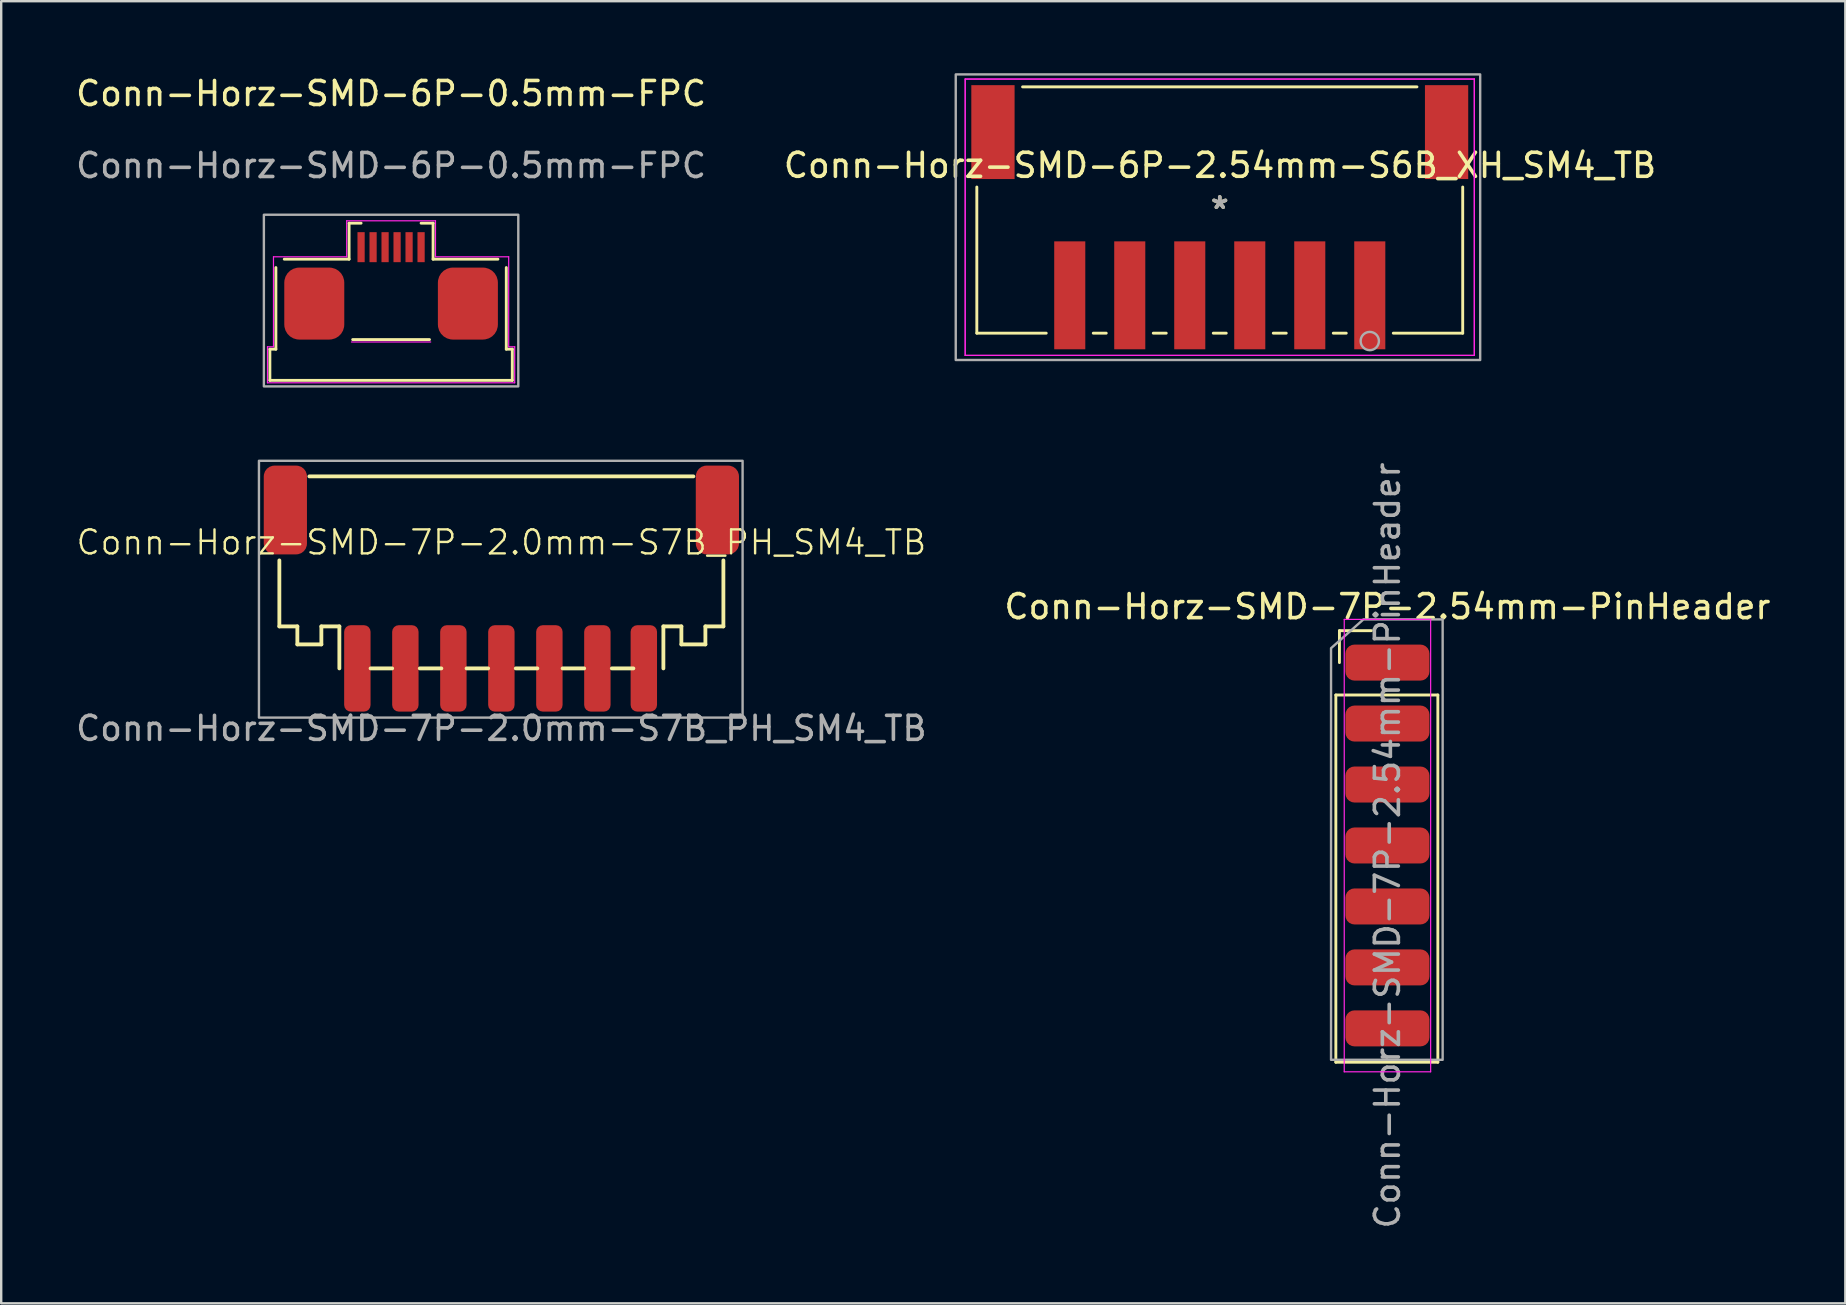
<source format=kicad_pcb>
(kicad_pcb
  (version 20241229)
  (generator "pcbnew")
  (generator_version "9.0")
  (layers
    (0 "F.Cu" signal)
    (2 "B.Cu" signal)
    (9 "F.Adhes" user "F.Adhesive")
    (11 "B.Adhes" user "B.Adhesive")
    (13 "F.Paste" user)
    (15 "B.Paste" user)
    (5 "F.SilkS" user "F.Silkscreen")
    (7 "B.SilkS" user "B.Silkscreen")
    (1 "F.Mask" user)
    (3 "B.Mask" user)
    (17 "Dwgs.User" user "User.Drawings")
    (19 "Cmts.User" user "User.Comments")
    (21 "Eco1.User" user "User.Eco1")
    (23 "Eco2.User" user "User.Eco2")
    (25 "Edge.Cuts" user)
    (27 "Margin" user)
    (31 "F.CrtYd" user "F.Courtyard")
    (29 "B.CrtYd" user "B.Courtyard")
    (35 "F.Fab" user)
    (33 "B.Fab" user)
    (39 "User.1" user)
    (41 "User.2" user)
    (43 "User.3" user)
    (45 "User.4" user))
  (footprint "Conn-Horz-SMD-6P-0.5mm-FPC"
    (layer "F.Cu")
    (at 13.244 9.548)
    (property "Reference" "Conn-Horz-SMD-6P-0.5mm-FPC" (at 0 -8.7 0) (unlocked yes) (layer "F.SilkS") (effects (font (size 1 1) (thickness 0.15))))
    (attr smd)
    (fp_line (start -5.05 1.95) (end -5.05 3.25) (stroke (width 0.12) (type solid)) (layer "F.SilkS"))
    (fp_line (start -5.05 1.95) (end -4.8 1.95) (stroke (width 0.12) (type solid)) (layer "F.SilkS"))
    (fp_line (start -5.05 3.25) (end 5.05 3.25) (stroke (width 0.12) (type solid)) (layer "F.SilkS"))
    (fp_line (start -4.8 -1.45) (end -4.8 1.95) (stroke (width 0.12) (type solid)) (layer "F.SilkS"))
    (fp_line (start -4.45 -1.8) (end -1.75 -1.8) (stroke (width 0.12) (type solid)) (layer "F.SilkS"))
    (fp_line (start -1.75 -3.3) (end -1.25 -3.3) (stroke (width 0.12) (type solid)) (layer "F.SilkS"))
    (fp_line (start -1.75 -1.8) (end -1.75 -3.3) (stroke (width 0.12) (type solid)) (layer "F.SilkS"))
    (fp_line (start -1.6 1.55) (end 1.6 1.55) (stroke (width 0.12) (type solid)) (layer "F.SilkS"))
    (fp_line (start 1.75 -3.3) (end 1.25 -3.3) (stroke (width 0.12) (type solid)) (layer "F.SilkS"))
    (fp_line (start 1.75 -1.8) (end 1.75 -3.3) (stroke (width 0.12) (type solid)) (layer "F.SilkS"))
    (fp_line (start 1.75 -1.8) (end 4.45 -1.8) (stroke (width 0.12) (type solid)) (layer "F.SilkS"))
    (fp_line (start 4.8 -1.45) (end 4.8 1.95) (stroke (width 0.12) (type solid)) (layer "F.SilkS"))
    (fp_line (start 4.8 1.95) (end 5.05 1.95) (stroke (width 0.12) (type solid)) (layer "F.SilkS"))
    (fp_line (start 5.05 1.95) (end 5.05 3.25) (stroke (width 0.12) (type solid)) (layer "F.SilkS"))
    (fp_line (start -5.15 1.85) (end -4.9 1.85) (stroke (width 0.05) (type solid)) (layer "F.CrtYd"))
    (fp_line (start -5.15 3.35) (end -5.15 1.85) (stroke (width 0.05) (type solid)) (layer "F.CrtYd"))
    (fp_line (start -4.9 -1.9) (end -1.85 -1.9) (stroke (width 0.05) (type solid)) (layer "F.CrtYd"))
    (fp_line (start -4.9 1.85) (end -4.9 -1.9) (stroke (width 0.05) (type solid)) (layer "F.CrtYd"))
    (fp_line (start -1.85 -3.4) (end 1.85 -3.4) (stroke (width 0.05) (type solid)) (layer "F.CrtYd"))
    (fp_line (start -1.85 -1.9) (end -1.85 -3.4) (stroke (width 0.05) (type solid)) (layer "F.CrtYd"))
    (fp_line (start -1.65 1.65) (end 1.65 1.65) (stroke (width 0.05) (type solid)) (layer "F.CrtYd"))
    (fp_line (start 1.85 -3.4) (end 1.85 -1.9) (stroke (width 0.05) (type solid)) (layer "F.CrtYd"))
    (fp_line (start 1.85 -1.9) (end 4.9 -1.9) (stroke (width 0.05) (type solid)) (layer "F.CrtYd"))
    (fp_line (start 4.9 -1.9) (end 4.9 1.85) (stroke (width 0.05) (type solid)) (layer "F.CrtYd"))
    (fp_line (start 4.9 1.85) (end 5.15 1.85) (stroke (width 0.05) (type solid)) (layer "F.CrtYd"))
    (fp_line (start 5.15 1.85) (end 5.15 3.35) (stroke (width 0.05) (type solid)) (layer "F.CrtYd"))
    (fp_line (start 5.15 3.35) (end -5.15 3.35) (stroke (width 0.05) (type solid)) (layer "F.CrtYd"))
    (fp_rect (start -5.3 -3.65) (end 5.3 3.5) (stroke (width 0.1) (type default)) (fill no) (layer "F.Fab"))
    (fp_text user "${REFERENCE}" (at 0 -5.7 0) (unlocked yes) (layer "F.Fab") (effects (font (size 1 1) (thickness 0.15))))
    (pad "1" smd rect (at 1.25 -2.3 180) (size 0.3 1.25) (layers "F.Cu" "F.Mask" "F.Paste"))
    (pad "2" smd rect (at 0.75 -2.3 180) (size 0.3 1.25) (layers "F.Cu" "F.Mask" "F.Paste"))
    (pad "3" smd rect (at 0.25 -2.3 180) (size 0.3 1.25) (layers "F.Cu" "F.Mask" "F.Paste"))
    (pad "4" smd rect (at -0.25 -2.3 180) (size 0.3 1.25) (layers "F.Cu" "F.Mask" "F.Paste"))
    (pad "5" smd rect (at -0.75 -2.3 180) (size 0.3 1.25) (layers "F.Cu" "F.Mask" "F.Paste"))
    (pad "6" smd rect (at -1.25 -2.3 180) (size 0.3 1.25) (layers "F.Cu" "F.Mask" "F.Paste"))
    (pad "7" smd roundrect (at 3.2 0.05) (size 2.5 3) (layers "F.Cu" "F.Mask" "F.Paste") (roundrect_rratio 0.25))
    (pad "8" smd roundrect (at -3.2 0.05) (size 2.5 3) (layers "F.Cu" "F.Mask" "F.Paste") (roundrect_rratio 0.25)))
  (footprint "Conn-Horz-SMD-7P-2.54mm-PinHeader"
    (layer "F.Cu")
    (at 54.756 24.556)
    (property "Reference" "Conn-Horz-SMD-7P-2.54mm-PinHeader" (at 0 -2.33 0) (layer "F.SilkS") (effects (font (size 1 1) (thickness 0.15))))
    (attr through_hole)
    (fp_line (start -2.15 1.35) (end -2.15 16.65) (stroke (width 0.12) (type solid)) (layer "F.SilkS"))
    (fp_line (start -2.15 1.35) (end 2.1 1.35) (stroke (width 0.12) (type solid)) (layer "F.SilkS"))
    (fp_line (start -2.15 16.65) (end 2.1 16.65) (stroke (width 0.12) (type solid)) (layer "F.SilkS"))
    (fp_line (start -2 -1.33) (end -0.67 -1.33) (stroke (width 0.12) (type solid)) (layer "F.SilkS"))
    (fp_line (start -2 0) (end -2 -1.33) (stroke (width 0.12) (type solid)) (layer "F.SilkS"))
    (fp_line (start 2.1 1.35) (end 2.1 16.65) (stroke (width 0.12) (type solid)) (layer "F.SilkS"))
    (fp_line (start -1.8 -1.8) (end -1.8 17.05) (stroke (width 0.05) (type solid)) (layer "F.CrtYd"))
    (fp_line (start -1.8 17.05) (end 1.8 17.05) (stroke (width 0.05) (type solid)) (layer "F.CrtYd"))
    (fp_line (start 1.8 -1.8) (end -1.8 -1.8) (stroke (width 0.05) (type solid)) (layer "F.CrtYd"))
    (fp_line (start 1.8 17.05) (end 1.8 -1.8) (stroke (width 0.05) (type solid)) (layer "F.CrtYd"))
    (fp_poly (pts (xy -2.35 16.55) (xy 2.3 16.55) (xy 2.3 -1.8) (xy -1 -1.8) (xy -2.35 -0.6)) (stroke (width 0.1) (type solid)) (fill no) (layer "F.Fab"))
    (fp_text user "${REFERENCE}" (at 0 7.62 90) (layer "F.Fab") (effects (font (size 1 1) (thickness 0.15))))
    (pad "1" smd roundrect (at 0 0 180) (size 3.5 1.5) (layers "F.Cu" "F.Mask" "F.Paste") (roundrect_rratio 0.25))
    (pad "2" smd roundrect (at 0 2.54 180) (size 3.5 1.5) (layers "F.Cu" "F.Mask" "F.Paste") (roundrect_rratio 0.25))
    (pad "3" smd roundrect (at 0 5.08 180) (size 3.5 1.5) (layers "F.Cu" "F.Mask" "F.Paste") (roundrect_rratio 0.25))
    (pad "4" smd roundrect (at 0 7.62 180) (size 3.5 1.5) (layers "F.Cu" "F.Mask" "F.Paste") (roundrect_rratio 0.25))
    (pad "5" smd roundrect (at 0 10.16 180) (size 3.5 1.5) (layers "F.Cu" "F.Mask" "F.Paste") (roundrect_rratio 0.25))
    (pad "6" smd roundrect (at 0 12.7 180) (size 3.5 1.5) (layers "F.Cu" "F.Mask" "F.Paste") (roundrect_rratio 0.25))
    (pad "7" smd roundrect (at 0 15.24 180) (size 3.5 1.5) (layers "F.Cu" "F.Mask" "F.Paste") (roundrect_rratio 0.25)))
  (footprint "Conn-Horz-SMD-7P-2.0mm-S7B_PH_SM4_TB"
    (layer "F.Cu")
    (at 17.839 24.798)
    (property "Reference" "Conn-Horz-SMD-7P-2.0mm-S7B_PH_SM4_TB" (at 0 -5.25 0) (unlocked yes) (layer "F.SilkS") (effects (font (size 1 1) (thickness 0.1))))
    (attr smd)
    (fp_line (start -9.25 -4.5) (end -9.25 -1.75) (stroke (width 0.159) (type solid)) (layer "F.SilkS"))
    (fp_line (start -9.25 -1.75) (end -8.5 -1.75) (stroke (width 0.159) (type solid)) (layer "F.SilkS"))
    (fp_line (start -8.5 -1) (end -8.5 -1.75) (stroke (width 0.159) (type solid)) (layer "F.SilkS"))
    (fp_line (start -7.5 -1) (end -8.5 -1) (stroke (width 0.159) (type solid)) (layer "F.SilkS"))
    (fp_line (start -7.5 -1) (end -7.5 -1.75) (stroke (width 0.159) (type solid)) (layer "F.SilkS"))
    (fp_line (start -6.75 -1.75) (end -7.5 -1.75) (stroke (width 0.159) (type solid)) (layer "F.SilkS"))
    (fp_line (start -6.75 -1.75) (end -6.75 0) (stroke (width 0.159) (type solid)) (layer "F.SilkS"))
    (fp_line (start -4.55 0) (end -5.45 0) (stroke (width 0.159) (type solid)) (layer "F.SilkS"))
    (fp_line (start -2.5 0) (end -3.4 0) (stroke (width 0.159) (type solid)) (layer "F.SilkS"))
    (fp_line (start -0.55 0) (end -1.45 0) (stroke (width 0.159) (type solid)) (layer "F.SilkS"))
    (fp_line (start 1.5 0) (end 0.6 0) (stroke (width 0.159) (type solid)) (layer "F.SilkS"))
    (fp_line (start 3.45 0) (end 2.55 0) (stroke (width 0.159) (type solid)) (layer "F.SilkS"))
    (fp_line (start 5.5 0) (end 4.6 0) (stroke (width 0.159) (type solid)) (layer "F.SilkS"))
    (fp_line (start 6.75 -1.75) (end 6.75 0) (stroke (width 0.159) (type solid)) (layer "F.SilkS"))
    (fp_line (start 6.75 -1.75) (end 7.5 -1.75) (stroke (width 0.159) (type solid)) (layer "F.SilkS"))
    (fp_line (start 7.5 -1) (end 7.5 -1.75) (stroke (width 0.159) (type solid)) (layer "F.SilkS"))
    (fp_line (start 7.5 -1) (end 8.5 -1) (stroke (width 0.159) (type solid)) (layer "F.SilkS"))
    (fp_line (start 8 -8) (end -8 -8) (stroke (width 0.159) (type solid)) (layer "F.SilkS"))
    (fp_line (start 8.5 -1) (end 8.5 -1.75) (stroke (width 0.159) (type solid)) (layer "F.SilkS"))
    (fp_line (start 9.25 -4.5) (end 9.25 -1.75) (stroke (width 0.159) (type solid)) (layer "F.SilkS"))
    (fp_line (start 9.25 -1.75) (end 8.5 -1.75) (stroke (width 0.159) (type solid)) (layer "F.SilkS"))
    (fp_rect (start -10.1 -8.65) (end 10.05 2.05) (stroke (width 0.1) (type default)) (fill no) (layer "F.Fab"))
    (fp_text user "${REFERENCE}" (at 0 2.5 0) (unlocked yes) (layer "F.Fab") (effects (font (size 1 1) (thickness 0.15))))
    (pad "1" smd roundrect (at 5.935 0) (size 1.1 3.6) (layers "F.Cu" "F.Mask" "F.Paste") (roundrect_rratio 0.25))
    (pad "2" smd roundrect (at 4 0) (size 1.1 3.6) (layers "F.Cu" "F.Mask" "F.Paste") (roundrect_rratio 0.25))
    (pad "3" smd roundrect (at 2 0) (size 1.1 3.6) (layers "F.Cu" "F.Mask" "F.Paste") (roundrect_rratio 0.25))
    (pad "4" smd roundrect (at 0 0) (size 1.1 3.6) (layers "F.Cu" "F.Mask" "F.Paste") (roundrect_rratio 0.25))
    (pad "5" smd roundrect (at -2 0) (size 1.1 3.6) (layers "F.Cu" "F.Mask" "F.Paste") (roundrect_rratio 0.25))
    (pad "6" smd roundrect (at -4 0) (size 1.1 3.6) (layers "F.Cu" "F.Mask" "F.Paste") (roundrect_rratio 0.25))
    (pad "7" smd roundrect (at -6 0) (size 1.1 3.6) (layers "F.Cu" "F.Mask" "F.Paste") (roundrect_rratio 0.25))
    (pad "S" smd roundrect (at -9 -6.6) (size 1.8 3.7) (layers "F.Cu" "F.Mask" "F.Paste") (roundrect_rratio 0.25))
    (pad "S" smd roundrect (at 9 -6.6) (size 1.8 3.7) (layers "F.Cu" "F.Mask" "F.Paste") (roundrect_rratio 0.25)))
  (footprint "Conn-Horz-SMD-6P-2.54mm-S6B_XH_SM4_TB"
    (layer "F.Cu")
    (at 47.77 6.3)
    (property "Reference" "Conn-Horz-SMD-6P-2.54mm-S6B_XH_SM4_TB" (at 0.01 -2.46 180) (layer "F.SilkS") (effects (font (size 1 1) (thickness 0.15))))
    (attr through_hole)
    (fp_line (start -10.122 -1.558) (end -10.122 4.531) (stroke (width 0.12) (type solid)) (layer "F.SilkS"))
    (fp_line (start -10.122 4.531) (end -7.23 4.531) (stroke (width 0.12) (type solid)) (layer "F.SilkS"))
    (fp_line (start -5.27 4.531) (end -4.73 4.531) (stroke (width 0.12) (type solid)) (layer "F.SilkS"))
    (fp_line (start -2.77 4.531) (end -2.23 4.531) (stroke (width 0.12) (type solid)) (layer "F.SilkS"))
    (fp_line (start -0.27 4.531) (end 0.27 4.531) (stroke (width 0.12) (type solid)) (layer "F.SilkS"))
    (fp_line (start 2.23 4.531) (end 2.77 4.531) (stroke (width 0.12) (type solid)) (layer "F.SilkS"))
    (fp_line (start 4.73 4.531) (end 5.27 4.531) (stroke (width 0.12) (type solid)) (layer "F.SilkS"))
    (fp_line (start 7.23 4.531) (end 10.122 4.531) (stroke (width 0.12) (type solid)) (layer "F.SilkS"))
    (fp_line (start 8.216 -5.731) (end -8.216 -5.731) (stroke (width 0.12) (type solid)) (layer "F.SilkS"))
    (fp_line (start 10.122 4.531) (end 10.122 -1.558) (stroke (width 0.12) (type solid)) (layer "F.SilkS"))
    (fp_line (start -10.606 -6.056) (end -10.606 5.456) (stroke (width 0.05) (type solid)) (layer "F.CrtYd"))
    (fp_line (start -10.606 -6.056) (end -10.606 5.456) (stroke (width 0.05) (type solid)) (layer "F.CrtYd"))
    (fp_line (start -10.606 5.456) (end 10.606 5.456) (stroke (width 0.05) (type solid)) (layer "F.CrtYd"))
    (fp_line (start -10.606 5.456) (end 10.606 5.456) (stroke (width 0.05) (type solid)) (layer "F.CrtYd"))
    (fp_line (start 10.606 -6.056) (end -10.606 -6.056) (stroke (width 0.05) (type solid)) (layer "F.CrtYd"))
    (fp_line (start 10.606 -6.056) (end -10.606 -6.056) (stroke (width 0.05) (type solid)) (layer "F.CrtYd"))
    (fp_line (start 10.606 5.456) (end 10.606 -6.056) (stroke (width 0.05) (type solid)) (layer "F.CrtYd"))
    (fp_line (start 10.606 5.456) (end 10.606 -6.056) (stroke (width 0.05) (type solid)) (layer "F.CrtYd"))
    (fp_rect (start -11 -6.25) (end 10.85 5.65) (stroke (width 0.1) (type default)) (fill no) (layer "F.Fab"))
    (fp_circle (center 6.25 4.859) (end 5.869 4.859) (stroke (width 0.1) (type solid)) (fill no) (layer "F.Fab"))
    (fp_text user "*" (at 0 -0.6 180) (layer "F.SilkS") (effects (font (size 1 1) (thickness 0.15))))
    (fp_text user "*" (at 0 -0.6 180) (layer "F.Fab") (effects (font (size 1 1) (thickness 0.15))))
    (pad "1" smd rect (at 6.25 2.954 180) (size 1.295 4.496) (layers "F.Cu" "F.Mask" "F.Paste"))
    (pad "2" smd rect (at 3.75 2.954 180) (size 1.295 4.496) (layers "F.Cu" "F.Mask" "F.Paste"))
    (pad "3" smd rect (at 1.25 2.954 180) (size 1.295 4.496) (layers "F.Cu" "F.Mask" "F.Paste"))
    (pad "4" smd rect (at -1.25 2.954 180) (size 1.295 4.496) (layers "F.Cu" "F.Mask" "F.Paste"))
    (pad "5" smd rect (at -3.75 2.954 180) (size 1.295 4.496) (layers "F.Cu" "F.Mask" "F.Paste"))
    (pad "6" smd rect (at -6.25 2.954 180) (size 1.295 4.496) (layers "F.Cu" "F.Mask" "F.Paste"))
    (pad "S" smd rect (at -9.45 -3.846 180) (size 1.803 3.912) (layers "F.Cu" "F.Mask" "F.Paste"))
    (pad "S" smd rect (at 9.45 -3.846 180) (size 1.803 3.912) (layers "F.Cu" "F.Mask" "F.Paste")))
  (gr_rect
    (start -3 -3)
    (end 73.833 51.253)
    (stroke (width 0.1) (type default))
    (fill no)
    (layer "Edge.Cuts")))
</source>
